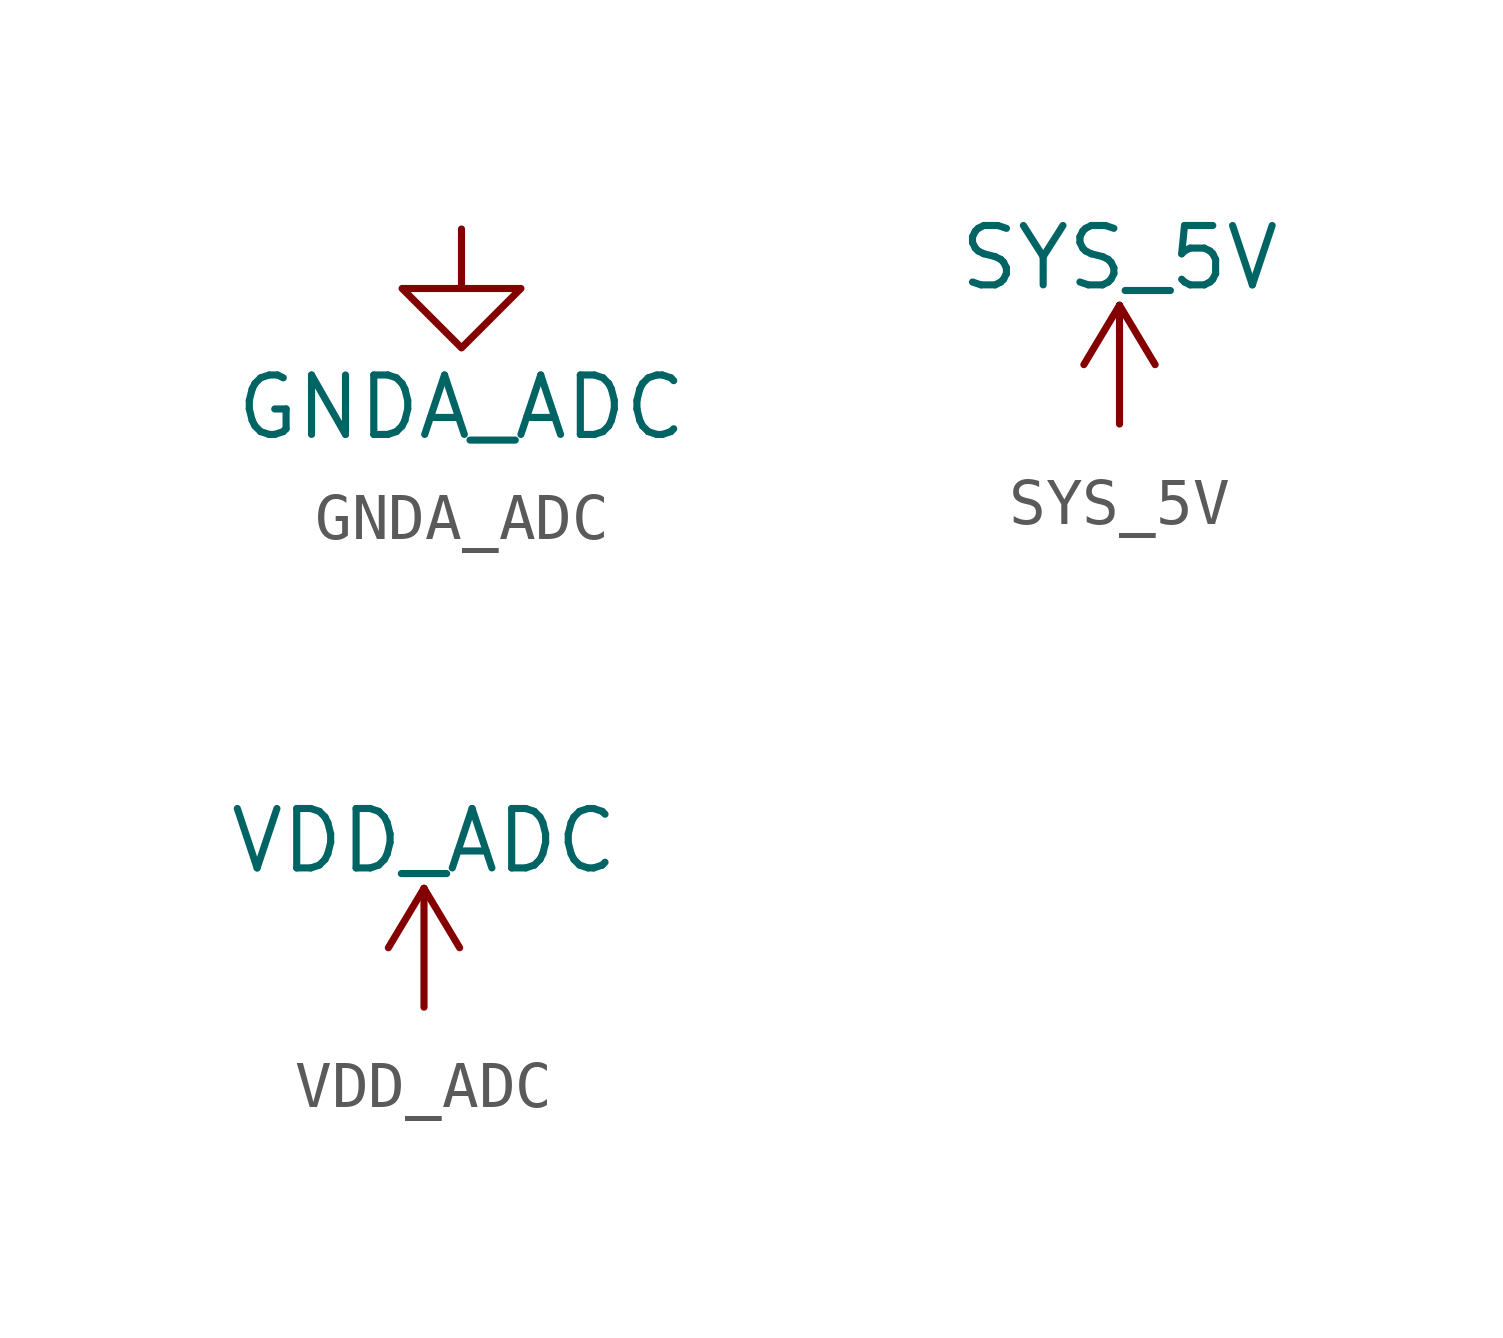
<source format=kicad_sym>
(kicad_symbol_lib
  (version 20241209)
  (generator "kicad_symbol_editor")
  (generator_version "9.0")
  (symbol "GNDA_ADC"
    (power)
    (pin_names
      (offset 0))
    (property "Reference" "#PWR"
      (at 0 -6.35 0)
      (effects (font (size 1.27 1.27)) (hide yes)))
    (property "Value" "GNDA_ADC"
      (at 0 -3.81 0)
      (effects (font (size 1.27 1.27))))
    (property "Footprint" ""
      (at 0 0 0)
      (effects (font (size 1.524 1.524))))
    (property "Datasheet" ""
      (at 0 0 0)
      (effects (font (size 1.524 1.524))))
    (symbol "GNDA_ADC_0_1"
      (polyline (pts (xy 0 0) (xy 0 -1.27) (xy 1.27 -1.27) (xy 0 -2.54) (xy -1.27 -1.27) (xy 0 -1.27)) (stroke (width 0) (type solid)) (fill (type none))))
    (symbol "GNDA_ADC_1_1"
      (pin power_in line (at 0 0 270) (length 0) (hide yes) (name "GNDA_ADC" (effects (font (size 1.27 1.27)))) (number "1" (effects (font (size 1.27 1.27)))))))
  (symbol "SYS_5V"
    (power)
    (pin_names
      (offset 0))
    (property "Reference" "#PWR"
      (at 0 -3.81 0)
      (effects (font (size 1.27 1.27)) (hide yes)))
    (property "Value" "SYS_5V"
      (at 0 3.556 0)
      (effects (font (size 1.27 1.27))))
    (property "Footprint" ""
      (at 0 0 0)
      (effects (font (size 1.524 1.524))))
    (property "Datasheet" ""
      (at 0 0 0)
      (effects (font (size 1.524 1.524))))
    (symbol "SYS_5V_0_1"
      (polyline (pts (xy -0.762 1.27) (xy 0 2.54)) (stroke (width 0) (type solid)) (fill (type none)))
      (polyline (pts (xy 0 2.54) (xy 0.762 1.27)) (stroke (width 0) (type solid)) (fill (type none)))
      (polyline (pts (xy 0 0) (xy 0 2.54)) (stroke (width 0) (type solid)) (fill (type none))))
    (symbol "SYS_5V_1_1"
      (pin power_in line (at 0 0 90) (length 0) (hide yes) (name "SYS_5V" (effects (font (size 1.27 1.27)))) (number "1" (effects (font (size 1.27 1.27)))))))
  (symbol "VDD_ADC"
    (power)
    (pin_names
      (offset 0))
    (property "Reference" "#PWR"
      (at 0 -3.81 0)
      (effects (font (size 1.27 1.27)) (hide yes)))
    (property "Value" "VDD_ADC"
      (at 0 3.556 0)
      (effects (font (size 1.27 1.27))))
    (property "Footprint" ""
      (at 0 0 0)
      (effects (font (size 1.524 1.524))))
    (property "Datasheet" ""
      (at 0 0 0)
      (effects (font (size 1.524 1.524))))
    (symbol "VDD_ADC_0_1"
      (polyline (pts (xy -0.762 1.27) (xy 0 2.54)) (stroke (width 0) (type solid)) (fill (type none)))
      (polyline (pts (xy 0 2.54) (xy 0.762 1.27)) (stroke (width 0) (type solid)) (fill (type none)))
      (polyline (pts (xy 0 0) (xy 0 2.54)) (stroke (width 0) (type solid)) (fill (type none))))
    (symbol "VDD_ADC_1_1"
      (pin power_in line (at 0 0 90) (length 0) (hide yes) (name "VDD_ADC" (effects (font (size 1.27 1.27)))) (number "1" (effects (font (size 1.27 1.27))))))))
</source>
